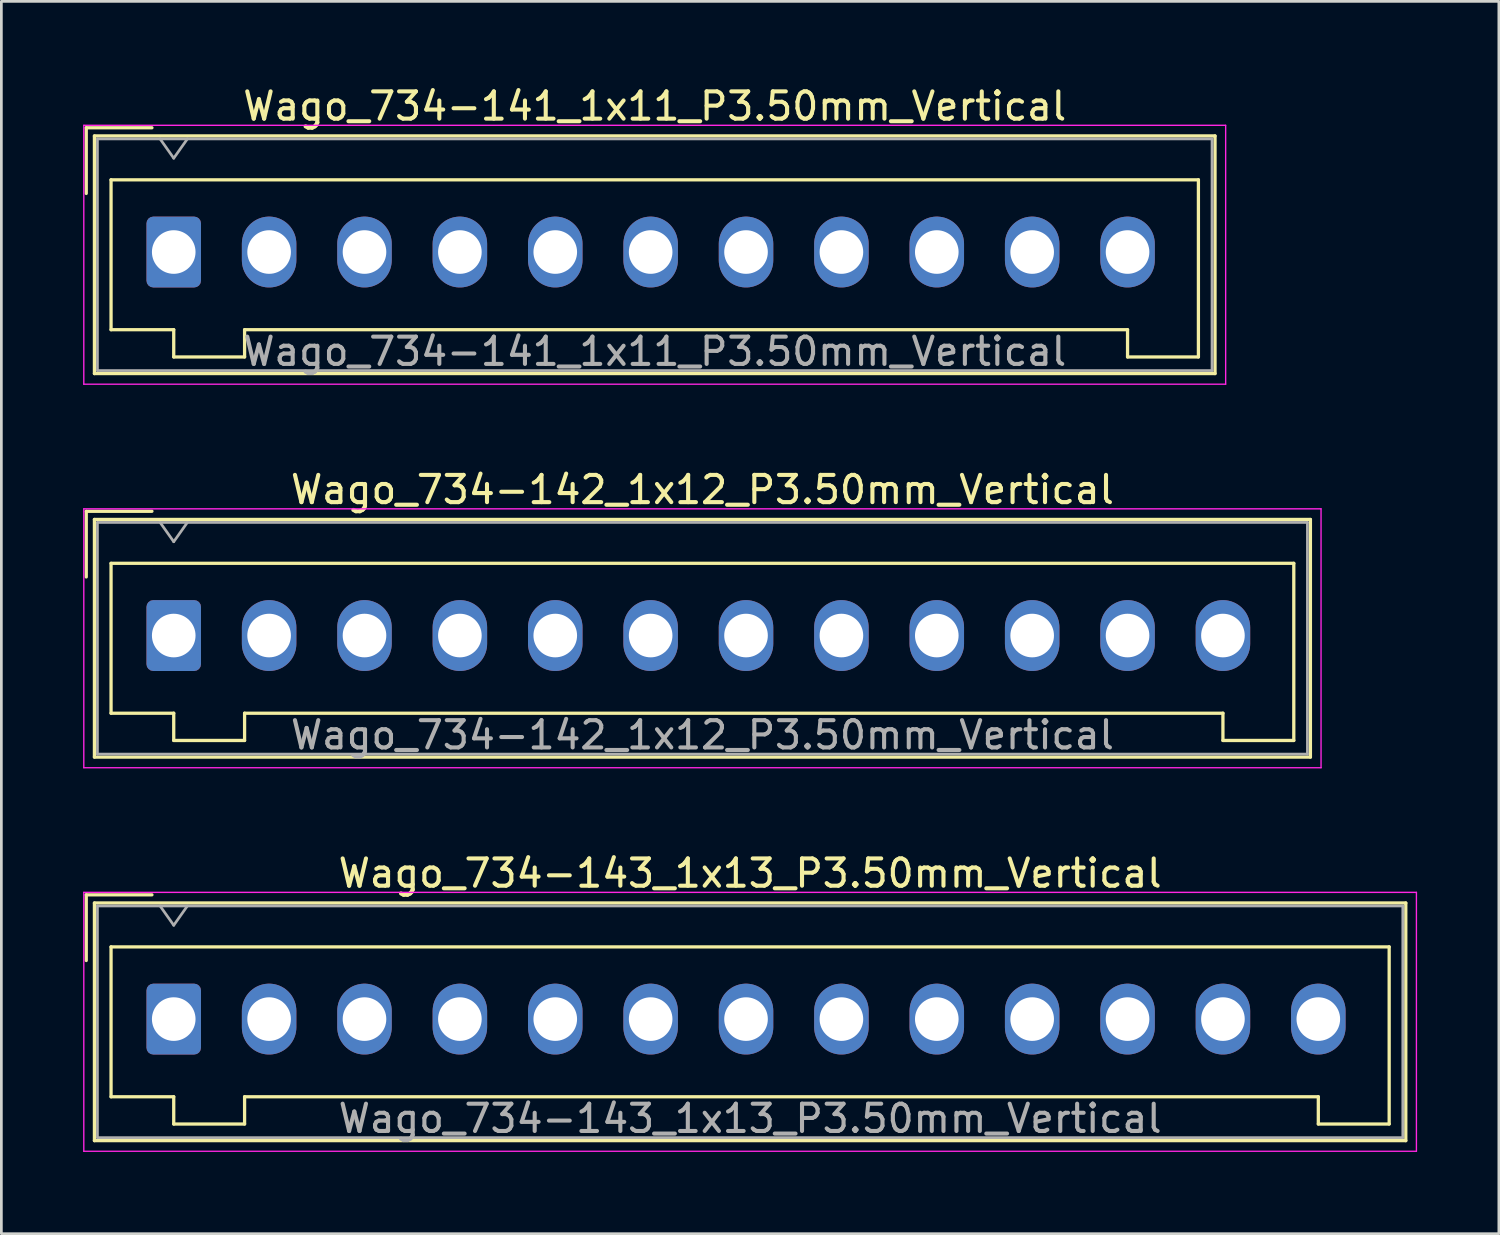
<source format=kicad_pcb>
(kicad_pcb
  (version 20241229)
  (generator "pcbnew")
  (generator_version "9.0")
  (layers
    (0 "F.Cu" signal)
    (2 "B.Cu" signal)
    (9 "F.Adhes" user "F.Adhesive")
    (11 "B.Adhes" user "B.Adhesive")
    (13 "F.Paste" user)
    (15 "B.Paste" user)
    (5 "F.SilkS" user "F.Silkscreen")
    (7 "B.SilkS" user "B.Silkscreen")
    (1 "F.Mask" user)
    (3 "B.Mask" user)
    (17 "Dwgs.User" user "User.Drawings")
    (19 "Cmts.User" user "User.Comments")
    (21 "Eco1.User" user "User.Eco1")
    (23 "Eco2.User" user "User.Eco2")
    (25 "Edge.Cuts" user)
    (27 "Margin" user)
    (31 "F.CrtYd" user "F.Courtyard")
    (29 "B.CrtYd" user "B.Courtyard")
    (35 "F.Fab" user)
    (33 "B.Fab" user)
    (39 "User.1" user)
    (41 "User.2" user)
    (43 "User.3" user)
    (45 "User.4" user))
  (footprint "Wago_734-143_1x13_P3.50mm_Vertical"
    (layer "F.Cu")
    (at 3.325 34.345)
    (property "Reference" "Wago_734-143_1x13_P3.50mm_Vertical" (at 21.15 -5.35 0) (layer "F.SilkS") (effects (font (size 1 1) (thickness 0.15))))
    (attr through_hole)
    (fp_line (start -3.21 -4.56) (end -0.8 -4.56) (stroke (width 0.12) (type solid)) (layer "F.SilkS"))
    (fp_line (start -3.21 -2.15) (end -3.21 -4.56) (stroke (width 0.12) (type solid)) (layer "F.SilkS"))
    (fp_line (start -2.91 -4.26) (end -2.91 4.46) (stroke (width 0.12) (type solid)) (layer "F.SilkS"))
    (fp_line (start -2.91 4.46) (end 45.21 4.46) (stroke (width 0.12) (type solid)) (layer "F.SilkS"))
    (fp_line (start -2.3 -2.65) (end -2.3 2.85) (stroke (width 0.12) (type solid)) (layer "F.SilkS"))
    (fp_line (start -2.3 2.85) (end 0 2.85) (stroke (width 0.12) (type solid)) (layer "F.SilkS"))
    (fp_line (start 0 2.85) (end 0 3.85) (stroke (width 0.12) (type solid)) (layer "F.SilkS"))
    (fp_line (start 0 3.85) (end 2.6 3.85) (stroke (width 0.12) (type solid)) (layer "F.SilkS"))
    (fp_line (start 2.6 2.85) (end 42 2.85) (stroke (width 0.12) (type solid)) (layer "F.SilkS"))
    (fp_line (start 2.6 3.85) (end 2.6 2.85) (stroke (width 0.12) (type solid)) (layer "F.SilkS"))
    (fp_line (start 42 2.85) (end 42 3.85) (stroke (width 0.12) (type solid)) (layer "F.SilkS"))
    (fp_line (start 42 3.85) (end 44.6 3.85) (stroke (width 0.12) (type solid)) (layer "F.SilkS"))
    (fp_line (start 44.6 -2.65) (end -2.3 -2.65) (stroke (width 0.12) (type solid)) (layer "F.SilkS"))
    (fp_line (start 44.6 3.85) (end 44.6 -2.65) (stroke (width 0.12) (type solid)) (layer "F.SilkS"))
    (fp_line (start 45.21 -4.26) (end -2.91 -4.26) (stroke (width 0.12) (type solid)) (layer "F.SilkS"))
    (fp_line (start 45.21 4.46) (end 45.21 -4.26) (stroke (width 0.12) (type solid)) (layer "F.SilkS"))
    (fp_line (start -3.3 -4.65) (end -3.3 4.85) (stroke (width 0.05) (type solid)) (layer "F.CrtYd"))
    (fp_line (start -3.3 4.85) (end 45.6 4.85) (stroke (width 0.05) (type solid)) (layer "F.CrtYd"))
    (fp_line (start 45.6 -4.65) (end -3.3 -4.65) (stroke (width 0.05) (type solid)) (layer "F.CrtYd"))
    (fp_line (start 45.6 4.85) (end 45.6 -4.65) (stroke (width 0.05) (type solid)) (layer "F.CrtYd"))
    (fp_line (start -2.8 -4.15) (end -2.8 4.35) (stroke (width 0.1) (type solid)) (layer "F.Fab"))
    (fp_line (start -2.8 4.35) (end 45.1 4.35) (stroke (width 0.1) (type solid)) (layer "F.Fab"))
    (fp_line (start -0.5 -4.15) (end 0 -3.443) (stroke (width 0.1) (type solid)) (layer "F.Fab"))
    (fp_line (start 0 -3.443) (end 0.5 -4.15) (stroke (width 0.1) (type solid)) (layer "F.Fab"))
    (fp_line (start 45.1 -4.15) (end -2.8 -4.15) (stroke (width 0.1) (type solid)) (layer "F.Fab"))
    (fp_line (start 45.1 4.35) (end 45.1 -4.15) (stroke (width 0.1) (type solid)) (layer "F.Fab"))
    (fp_text user "${REFERENCE}" (at 21.15 3.65 0) (layer "F.Fab") (effects (font (size 1 1) (thickness 0.15))))
    (pad "1" thru_hole roundrect (at 0 0) (size 2 2.6) (drill 1.6) (layers "*.Cu" "*.Mask") (roundrect_rratio 0.125))
    (pad "2" thru_hole oval (at 3.5 0) (size 2 2.6) (drill 1.6) (layers "*.Cu" "*.Mask"))
    (pad "3" thru_hole oval (at 7 0) (size 2 2.6) (drill 1.6) (layers "*.Cu" "*.Mask"))
    (pad "4" thru_hole oval (at 10.5 0) (size 2 2.6) (drill 1.6) (layers "*.Cu" "*.Mask"))
    (pad "5" thru_hole oval (at 14 0) (size 2 2.6) (drill 1.6) (layers "*.Cu" "*.Mask"))
    (pad "6" thru_hole oval (at 17.5 0) (size 2 2.6) (drill 1.6) (layers "*.Cu" "*.Mask"))
    (pad "7" thru_hole oval (at 21 0) (size 2 2.6) (drill 1.6) (layers "*.Cu" "*.Mask"))
    (pad "8" thru_hole oval (at 24.5 0) (size 2 2.6) (drill 1.6) (layers "*.Cu" "*.Mask"))
    (pad "9" thru_hole oval (at 28 0) (size 2 2.6) (drill 1.6) (layers "*.Cu" "*.Mask"))
    (pad "10" thru_hole oval (at 31.5 0) (size 2 2.6) (drill 1.6) (layers "*.Cu" "*.Mask"))
    (pad "11" thru_hole oval (at 35 0) (size 2 2.6) (drill 1.6) (layers "*.Cu" "*.Mask"))
    (pad "12" thru_hole oval (at 38.5 0) (size 2 2.6) (drill 1.6) (layers "*.Cu" "*.Mask"))
    (pad "13" thru_hole oval (at 42 0) (size 2 2.6) (drill 1.6) (layers "*.Cu" "*.Mask")))
  (footprint "Wago_734-141_1x11_P3.50mm_Vertical"
    (layer "F.Cu")
    (at 3.325 6.198)
    (property "Reference" "Wago_734-141_1x11_P3.50mm_Vertical" (at 17.65 -5.35 0) (layer "F.SilkS") (effects (font (size 1 1) (thickness 0.15))))
    (attr through_hole)
    (fp_line (start -3.21 -4.56) (end -0.8 -4.56) (stroke (width 0.12) (type solid)) (layer "F.SilkS"))
    (fp_line (start -3.21 -2.15) (end -3.21 -4.56) (stroke (width 0.12) (type solid)) (layer "F.SilkS"))
    (fp_line (start -2.91 -4.26) (end -2.91 4.46) (stroke (width 0.12) (type solid)) (layer "F.SilkS"))
    (fp_line (start -2.91 4.46) (end 38.21 4.46) (stroke (width 0.12) (type solid)) (layer "F.SilkS"))
    (fp_line (start -2.3 -2.65) (end -2.3 2.85) (stroke (width 0.12) (type solid)) (layer "F.SilkS"))
    (fp_line (start -2.3 2.85) (end 0 2.85) (stroke (width 0.12) (type solid)) (layer "F.SilkS"))
    (fp_line (start 0 2.85) (end 0 3.85) (stroke (width 0.12) (type solid)) (layer "F.SilkS"))
    (fp_line (start 0 3.85) (end 2.6 3.85) (stroke (width 0.12) (type solid)) (layer "F.SilkS"))
    (fp_line (start 2.6 2.85) (end 35 2.85) (stroke (width 0.12) (type solid)) (layer "F.SilkS"))
    (fp_line (start 2.6 3.85) (end 2.6 2.85) (stroke (width 0.12) (type solid)) (layer "F.SilkS"))
    (fp_line (start 35 2.85) (end 35 3.85) (stroke (width 0.12) (type solid)) (layer "F.SilkS"))
    (fp_line (start 35 3.85) (end 37.6 3.85) (stroke (width 0.12) (type solid)) (layer "F.SilkS"))
    (fp_line (start 37.6 -2.65) (end -2.3 -2.65) (stroke (width 0.12) (type solid)) (layer "F.SilkS"))
    (fp_line (start 37.6 3.85) (end 37.6 -2.65) (stroke (width 0.12) (type solid)) (layer "F.SilkS"))
    (fp_line (start 38.21 -4.26) (end -2.91 -4.26) (stroke (width 0.12) (type solid)) (layer "F.SilkS"))
    (fp_line (start 38.21 4.46) (end 38.21 -4.26) (stroke (width 0.12) (type solid)) (layer "F.SilkS"))
    (fp_line (start -3.3 -4.65) (end -3.3 4.85) (stroke (width 0.05) (type solid)) (layer "F.CrtYd"))
    (fp_line (start -3.3 4.85) (end 38.6 4.85) (stroke (width 0.05) (type solid)) (layer "F.CrtYd"))
    (fp_line (start 38.6 -4.65) (end -3.3 -4.65) (stroke (width 0.05) (type solid)) (layer "F.CrtYd"))
    (fp_line (start 38.6 4.85) (end 38.6 -4.65) (stroke (width 0.05) (type solid)) (layer "F.CrtYd"))
    (fp_line (start -2.8 -4.15) (end -2.8 4.35) (stroke (width 0.1) (type solid)) (layer "F.Fab"))
    (fp_line (start -2.8 4.35) (end 38.1 4.35) (stroke (width 0.1) (type solid)) (layer "F.Fab"))
    (fp_line (start -0.5 -4.15) (end 0 -3.443) (stroke (width 0.1) (type solid)) (layer "F.Fab"))
    (fp_line (start 0 -3.443) (end 0.5 -4.15) (stroke (width 0.1) (type solid)) (layer "F.Fab"))
    (fp_line (start 38.1 -4.15) (end -2.8 -4.15) (stroke (width 0.1) (type solid)) (layer "F.Fab"))
    (fp_line (start 38.1 4.35) (end 38.1 -4.15) (stroke (width 0.1) (type solid)) (layer "F.Fab"))
    (fp_text user "${REFERENCE}" (at 17.65 3.65 0) (layer "F.Fab") (effects (font (size 1 1) (thickness 0.15))))
    (pad "1" thru_hole roundrect (at 0 0) (size 2 2.6) (drill 1.6) (layers "*.Cu" "*.Mask") (roundrect_rratio 0.125))
    (pad "2" thru_hole oval (at 3.5 0) (size 2 2.6) (drill 1.6) (layers "*.Cu" "*.Mask"))
    (pad "3" thru_hole oval (at 7 0) (size 2 2.6) (drill 1.6) (layers "*.Cu" "*.Mask"))
    (pad "4" thru_hole oval (at 10.5 0) (size 2 2.6) (drill 1.6) (layers "*.Cu" "*.Mask"))
    (pad "5" thru_hole oval (at 14 0) (size 2 2.6) (drill 1.6) (layers "*.Cu" "*.Mask"))
    (pad "6" thru_hole oval (at 17.5 0) (size 2 2.6) (drill 1.6) (layers "*.Cu" "*.Mask"))
    (pad "7" thru_hole oval (at 21 0) (size 2 2.6) (drill 1.6) (layers "*.Cu" "*.Mask"))
    (pad "8" thru_hole oval (at 24.5 0) (size 2 2.6) (drill 1.6) (layers "*.Cu" "*.Mask"))
    (pad "9" thru_hole oval (at 28 0) (size 2 2.6) (drill 1.6) (layers "*.Cu" "*.Mask"))
    (pad "10" thru_hole oval (at 31.5 0) (size 2 2.6) (drill 1.6) (layers "*.Cu" "*.Mask"))
    (pad "11" thru_hole oval (at 35 0) (size 2 2.6) (drill 1.6) (layers "*.Cu" "*.Mask")))
  (footprint "Wago_734-142_1x12_P3.50mm_Vertical"
    (layer "F.Cu")
    (at 3.325 20.271)
    (property "Reference" "Wago_734-142_1x12_P3.50mm_Vertical" (at 19.4 -5.35 0) (layer "F.SilkS") (effects (font (size 1 1) (thickness 0.15))))
    (attr through_hole)
    (fp_line (start -3.21 -4.56) (end -0.8 -4.56) (stroke (width 0.12) (type solid)) (layer "F.SilkS"))
    (fp_line (start -3.21 -2.15) (end -3.21 -4.56) (stroke (width 0.12) (type solid)) (layer "F.SilkS"))
    (fp_line (start -2.91 -4.26) (end -2.91 4.46) (stroke (width 0.12) (type solid)) (layer "F.SilkS"))
    (fp_line (start -2.91 4.46) (end 41.71 4.46) (stroke (width 0.12) (type solid)) (layer "F.SilkS"))
    (fp_line (start -2.3 -2.65) (end -2.3 2.85) (stroke (width 0.12) (type solid)) (layer "F.SilkS"))
    (fp_line (start -2.3 2.85) (end 0 2.85) (stroke (width 0.12) (type solid)) (layer "F.SilkS"))
    (fp_line (start 0 2.85) (end 0 3.85) (stroke (width 0.12) (type solid)) (layer "F.SilkS"))
    (fp_line (start 0 3.85) (end 2.6 3.85) (stroke (width 0.12) (type solid)) (layer "F.SilkS"))
    (fp_line (start 2.6 2.85) (end 38.5 2.85) (stroke (width 0.12) (type solid)) (layer "F.SilkS"))
    (fp_line (start 2.6 3.85) (end 2.6 2.85) (stroke (width 0.12) (type solid)) (layer "F.SilkS"))
    (fp_line (start 38.5 2.85) (end 38.5 3.85) (stroke (width 0.12) (type solid)) (layer "F.SilkS"))
    (fp_line (start 38.5 3.85) (end 41.1 3.85) (stroke (width 0.12) (type solid)) (layer "F.SilkS"))
    (fp_line (start 41.1 -2.65) (end -2.3 -2.65) (stroke (width 0.12) (type solid)) (layer "F.SilkS"))
    (fp_line (start 41.1 3.85) (end 41.1 -2.65) (stroke (width 0.12) (type solid)) (layer "F.SilkS"))
    (fp_line (start 41.71 -4.26) (end -2.91 -4.26) (stroke (width 0.12) (type solid)) (layer "F.SilkS"))
    (fp_line (start 41.71 4.46) (end 41.71 -4.26) (stroke (width 0.12) (type solid)) (layer "F.SilkS"))
    (fp_line (start -3.3 -4.65) (end -3.3 4.85) (stroke (width 0.05) (type solid)) (layer "F.CrtYd"))
    (fp_line (start -3.3 4.85) (end 42.1 4.85) (stroke (width 0.05) (type solid)) (layer "F.CrtYd"))
    (fp_line (start 42.1 -4.65) (end -3.3 -4.65) (stroke (width 0.05) (type solid)) (layer "F.CrtYd"))
    (fp_line (start 42.1 4.85) (end 42.1 -4.65) (stroke (width 0.05) (type solid)) (layer "F.CrtYd"))
    (fp_line (start -2.8 -4.15) (end -2.8 4.35) (stroke (width 0.1) (type solid)) (layer "F.Fab"))
    (fp_line (start -2.8 4.35) (end 41.6 4.35) (stroke (width 0.1) (type solid)) (layer "F.Fab"))
    (fp_line (start -0.5 -4.15) (end 0 -3.443) (stroke (width 0.1) (type solid)) (layer "F.Fab"))
    (fp_line (start 0 -3.443) (end 0.5 -4.15) (stroke (width 0.1) (type solid)) (layer "F.Fab"))
    (fp_line (start 41.6 -4.15) (end -2.8 -4.15) (stroke (width 0.1) (type solid)) (layer "F.Fab"))
    (fp_line (start 41.6 4.35) (end 41.6 -4.15) (stroke (width 0.1) (type solid)) (layer "F.Fab"))
    (fp_text user "${REFERENCE}" (at 19.4 3.65 0) (layer "F.Fab") (effects (font (size 1 1) (thickness 0.15))))
    (pad "1" thru_hole roundrect (at 0 0) (size 2 2.6) (drill 1.6) (layers "*.Cu" "*.Mask") (roundrect_rratio 0.125))
    (pad "2" thru_hole oval (at 3.5 0) (size 2 2.6) (drill 1.6) (layers "*.Cu" "*.Mask"))
    (pad "3" thru_hole oval (at 7 0) (size 2 2.6) (drill 1.6) (layers "*.Cu" "*.Mask"))
    (pad "4" thru_hole oval (at 10.5 0) (size 2 2.6) (drill 1.6) (layers "*.Cu" "*.Mask"))
    (pad "5" thru_hole oval (at 14 0) (size 2 2.6) (drill 1.6) (layers "*.Cu" "*.Mask"))
    (pad "6" thru_hole oval (at 17.5 0) (size 2 2.6) (drill 1.6) (layers "*.Cu" "*.Mask"))
    (pad "7" thru_hole oval (at 21 0) (size 2 2.6) (drill 1.6) (layers "*.Cu" "*.Mask"))
    (pad "8" thru_hole oval (at 24.5 0) (size 2 2.6) (drill 1.6) (layers "*.Cu" "*.Mask"))
    (pad "9" thru_hole oval (at 28 0) (size 2 2.6) (drill 1.6) (layers "*.Cu" "*.Mask"))
    (pad "10" thru_hole oval (at 31.5 0) (size 2 2.6) (drill 1.6) (layers "*.Cu" "*.Mask"))
    (pad "11" thru_hole oval (at 35 0) (size 2 2.6) (drill 1.6) (layers "*.Cu" "*.Mask"))
    (pad "12" thru_hole oval (at 38.5 0) (size 2 2.6) (drill 1.6) (layers "*.Cu" "*.Mask")))
  (gr_rect
    (start -3 -3)
    (end 51.95 42.22)
    (stroke (width 0.1) (type default))
    (fill no)
    (layer "Edge.Cuts")))
</source>
